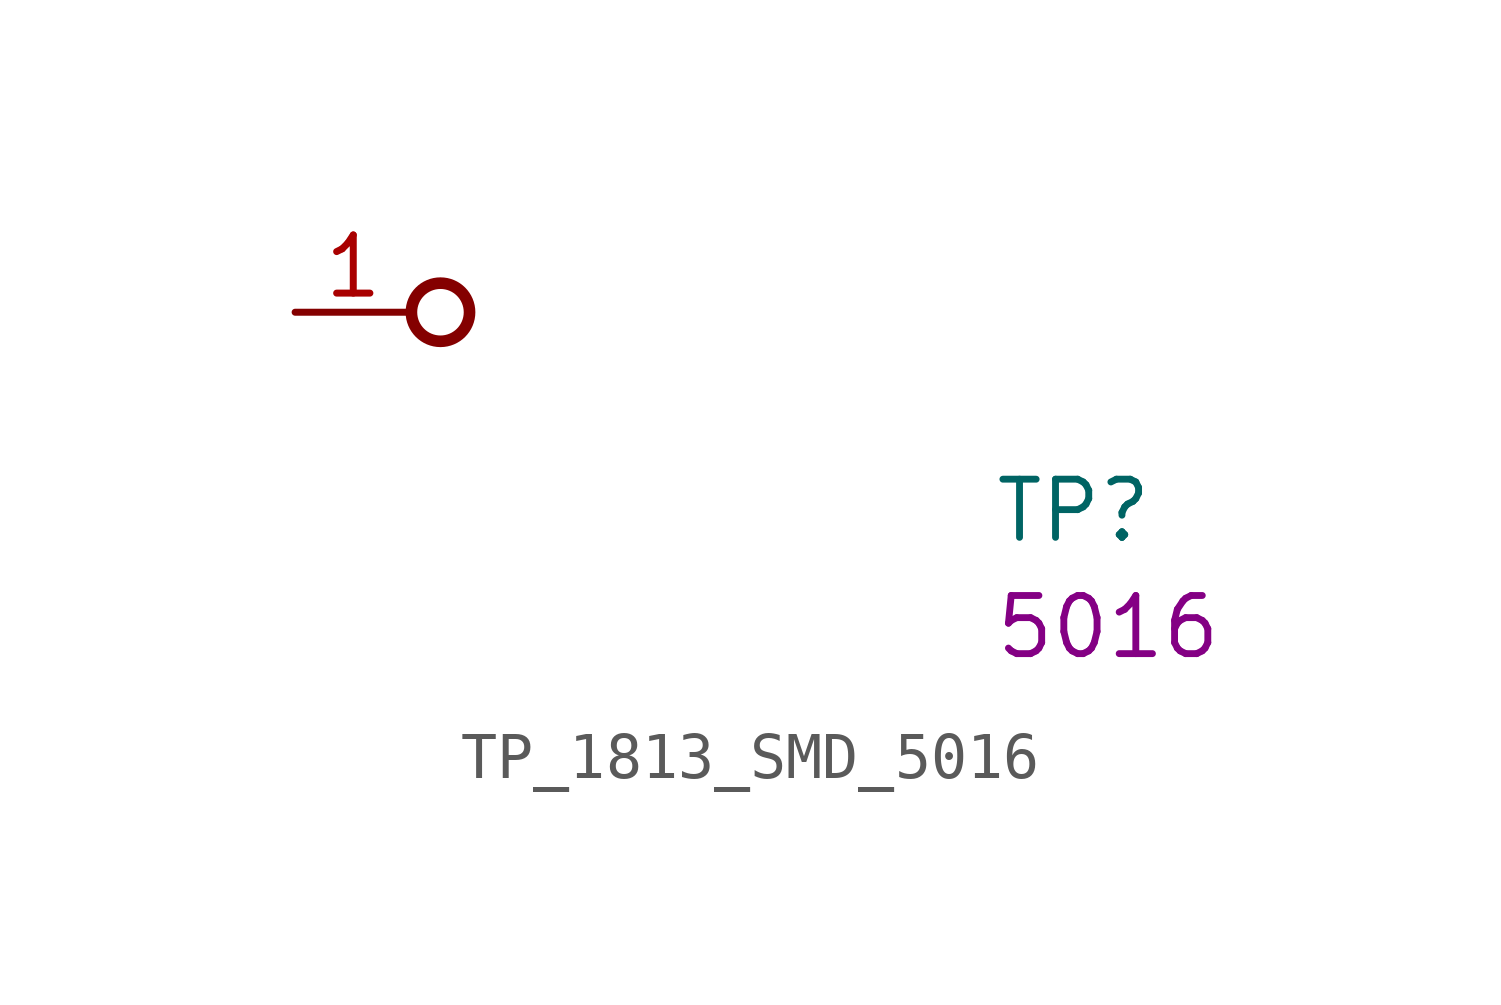
<source format=kicad_sym>
(kicad_symbol_lib
  (version 20220914)
  (generator kicad_symbol_editor)
  (symbol "TP_1813_SMD_5016"
    (pin_names hide)
    (property "Reference" "TP"
      (at 15.24 -5.08 0)
      (effects (font (size 1.27 1.27) (thickness 0.15)) (justify left bottom)))
    (property "MPN" "5016"
      (at 15.24 -7.62 0)
      (effects (font (size 1.27 1.27) (thickness 0.15)) (justify left bottom)))
    (symbol "TP_1813_SMD_5016_1_1"
      (circle (center 3.175 0) (radius 0.635) (stroke (width 0.254) (type default)) (fill (type none)))
      (pin passive line (at 0 0 0) (length 2.54) (name "1" (effects (font (size 1.27 1.27)))) (number "1" (effects (font (size 1.27 1.27))))))))
</source>
